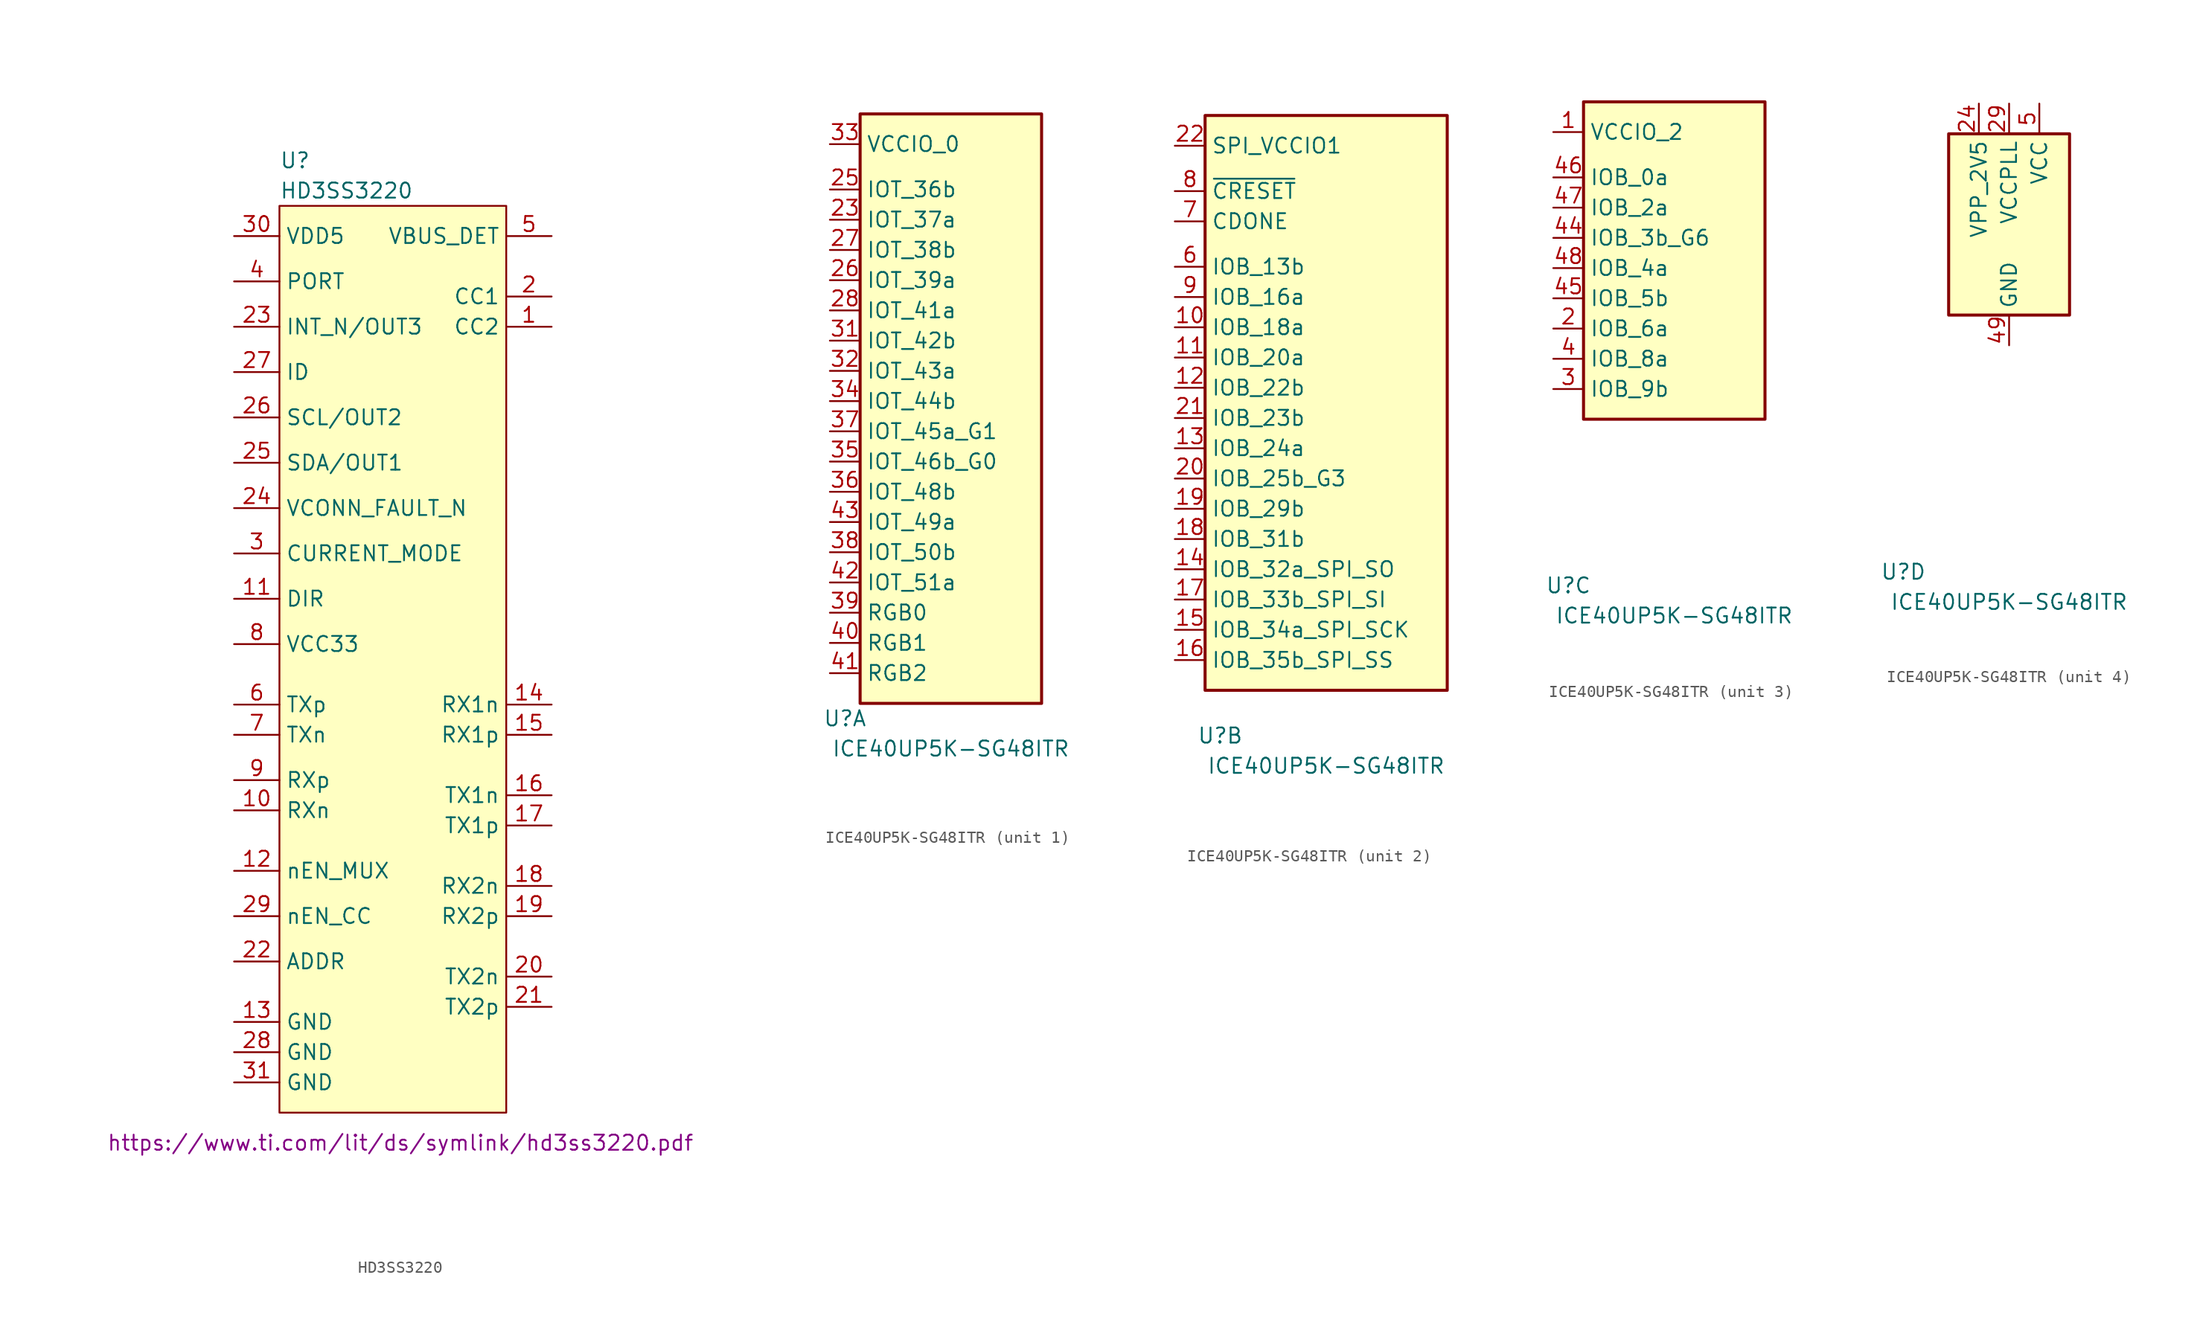
<source format=kicad_sym>
(kicad_symbol_lib
  (version 20231120)
  (generator "kicad_symbol_editor")
  (generator_version "8.0")
  (symbol "HD3SS3220"
    (property "Reference" "U"
      (at -10.16 45.72 0)
      (effects (font (size 1.27 1.27)) (justify left)))
    (property "Value" "HD3SS3220"
      (at -10.16 43.18 0)
      (effects (font (size 1.27 1.27)) (justify left)))
    (property "Datasheet" "https://www.ti.com/lit/ds/symlink/hd3ss3220.pdf"
      (at 0 -36.83 0)
      (effects (font (size 1.27 1.27))))
    (symbol "HD3SS3220_0_0"
      (pin bidirectional line (at 12.7 -7.62 180) (length 3.81) (name "TX1n" (effects (font (size 1.27 1.27)))) (number "16" (effects (font (size 1.27 1.27)))))
      (pin bidirectional line (at 12.7 -10.16 180) (length 3.81) (name "TX1p" (effects (font (size 1.27 1.27)))) (number "17" (effects (font (size 1.27 1.27)))))
      (pin bidirectional line (at 12.7 -15.24 180) (length 3.81) (name "RX2n" (effects (font (size 1.27 1.27)))) (number "18" (effects (font (size 1.27 1.27)))))
      (pin bidirectional line (at 12.7 -17.78 180) (length 3.81) (name "RX2p" (effects (font (size 1.27 1.27)))) (number "19" (effects (font (size 1.27 1.27)))))
      (pin bidirectional line (at 12.7 -22.86 180) (length 3.81) (name "TX2n" (effects (font (size 1.27 1.27)))) (number "20" (effects (font (size 1.27 1.27)))))
      (pin bidirectional line (at 12.7 -25.4 180) (length 3.81) (name "TX2p" (effects (font (size 1.27 1.27)))) (number "21" (effects (font (size 1.27 1.27)))))
      (pin bidirectional line (at -13.97 -21.59 0) (length 3.81) (name "ADDR" (effects (font (size 1.27 1.27)))) (number "22" (effects (font (size 1.27 1.27)))))
      (pin bidirectional line (at -13.97 31.75 0) (length 3.81) (name "INT_N/OUT3" (effects (font (size 1.27 1.27)))) (number "23" (effects (font (size 1.27 1.27)))))
      (pin bidirectional line (at -13.97 16.51 0) (length 3.81) (name "VCONN_FAULT_N" (effects (font (size 1.27 1.27)))) (number "24" (effects (font (size 1.27 1.27)))))
      (pin bidirectional line (at -13.97 20.32 0) (length 3.81) (name "SDA/OUT1" (effects (font (size 1.27 1.27)))) (number "25" (effects (font (size 1.27 1.27)))))
      (pin bidirectional line (at -13.97 24.13 0) (length 3.81) (name "SCL/OUT2" (effects (font (size 1.27 1.27)))) (number "26" (effects (font (size 1.27 1.27)))))
      (pin bidirectional line (at -13.97 27.94 0) (length 3.81) (name "ID" (effects (font (size 1.27 1.27)))) (number "27" (effects (font (size 1.27 1.27)))))
      (pin bidirectional line (at -13.97 -17.78 0) (length 3.81) (name "nEN_CC" (effects (font (size 1.27 1.27)))) (number "29" (effects (font (size 1.27 1.27)))))
      (pin input line (at -13.97 39.37 0) (length 3.81) (name "VDD5" (effects (font (size 1.27 1.27)))) (number "30" (effects (font (size 1.27 1.27)))))
      (pin power_in line (at -13.97 -31.75 0) (length 3.81) (name "GND" (effects (font (size 1.27 1.27)))) (number "31" (effects (font (size 1.27 1.27))))))
    (symbol "HD3SS3220_0_1"
      (rectangle (start 8.89 41.91) (end -10.16 -34.29) (stroke (width 0) (type default)) (fill (type background))))
    (symbol "HD3SS3220_1_1"
      (pin bidirectional line (at 12.7 31.75 180) (length 3.81) (name "CC2" (effects (font (size 1.27 1.27)))) (number "1" (effects (font (size 1.27 1.27)))))
      (pin bidirectional line (at -13.97 -8.89 0) (length 3.81) (name "RXn" (effects (font (size 1.27 1.27)))) (number "10" (effects (font (size 1.27 1.27)))))
      (pin bidirectional line (at -13.97 8.89 0) (length 3.81) (name "DIR" (effects (font (size 1.27 1.27)))) (number "11" (effects (font (size 1.27 1.27)))))
      (pin bidirectional line (at -13.97 -13.97 0) (length 3.81) (name "nEN_MUX" (effects (font (size 1.27 1.27)))) (number "12" (effects (font (size 1.27 1.27)))))
      (pin power_in line (at -13.97 -26.67 0) (length 3.81) (name "GND" (effects (font (size 1.27 1.27)))) (number "13" (effects (font (size 1.27 1.27)))))
      (pin bidirectional line (at 12.7 0 180) (length 3.81) (name "RX1n" (effects (font (size 1.27 1.27)))) (number "14" (effects (font (size 1.27 1.27)))))
      (pin bidirectional line (at 12.7 -2.54 180) (length 3.81) (name "RX1p" (effects (font (size 1.27 1.27)))) (number "15" (effects (font (size 1.27 1.27)))))
      (pin bidirectional line (at 12.7 34.29 180) (length 3.81) (name "CC1" (effects (font (size 1.27 1.27)))) (number "2" (effects (font (size 1.27 1.27)))))
      (pin power_in line (at -13.97 -29.21 0) (length 3.81) (name "GND" (effects (font (size 1.27 1.27)))) (number "28" (effects (font (size 1.27 1.27)))))
      (pin bidirectional line (at -13.97 12.7 0) (length 3.81) (name "CURRENT_MODE" (effects (font (size 1.27 1.27)))) (number "3" (effects (font (size 1.27 1.27)))))
      (pin bidirectional line (at -13.97 35.56 0) (length 3.81) (name "PORT" (effects (font (size 1.27 1.27)))) (number "4" (effects (font (size 1.27 1.27)))))
      (pin bidirectional line (at 12.7 39.37 180) (length 3.81) (name "VBUS_DET" (effects (font (size 1.27 1.27)))) (number "5" (effects (font (size 1.27 1.27)))))
      (pin bidirectional line (at -13.97 0 0) (length 3.81) (name "TXp" (effects (font (size 1.27 1.27)))) (number "6" (effects (font (size 1.27 1.27)))))
      (pin bidirectional line (at -13.97 -2.54 0) (length 3.81) (name "TXn" (effects (font (size 1.27 1.27)))) (number "7" (effects (font (size 1.27 1.27)))))
      (pin power_in line (at -13.97 5.08 0) (length 3.81) (name "VCC33" (effects (font (size 1.27 1.27)))) (number "8" (effects (font (size 1.27 1.27)))))
      (pin bidirectional line (at -13.97 -6.35 0) (length 3.81) (name "RXp" (effects (font (size 1.27 1.27)))) (number "9" (effects (font (size 1.27 1.27)))))))
  (symbol "ICE40UP5K-SG48ITR"
    (property "Reference" "U"
      (at -8.89 -29.21 0)
      (effects (font (size 1.27 1.27))))
    (property "Value" "ICE40UP5K-SG48ITR"
      (at 0 -31.75 0)
      (effects (font (size 1.27 1.27))))
    (property "ki_locked" ""
      (at 0 0 0)
      (effects (font (size 1.27 1.27))))
    (symbol "ICE40UP5K-SG48ITR_1_1"
      (rectangle (start -7.62 21.59) (end 7.62 -27.94) (stroke (width 0.254) (type default)) (fill (type background)))
      (pin bidirectional line (at -10.16 12.7 0) (length 2.54) (name "IOT_37a" (effects (font (size 1.27 1.27)))) (number "23" (effects (font (size 1.27 1.27)))))
      (pin bidirectional line (at -10.16 15.24 0) (length 2.54) (name "IOT_36b" (effects (font (size 1.27 1.27)))) (number "25" (effects (font (size 1.27 1.27)))))
      (pin bidirectional line (at -10.16 7.62 0) (length 2.54) (name "IOT_39a" (effects (font (size 1.27 1.27)))) (number "26" (effects (font (size 1.27 1.27)))))
      (pin bidirectional line (at -10.16 10.16 0) (length 2.54) (name "IOT_38b" (effects (font (size 1.27 1.27)))) (number "27" (effects (font (size 1.27 1.27)))))
      (pin bidirectional line (at -10.16 5.08 0) (length 2.54) (name "IOT_41a" (effects (font (size 1.27 1.27)))) (number "28" (effects (font (size 1.27 1.27)))))
      (pin bidirectional line (at -10.16 2.54 0) (length 2.54) (name "IOT_42b" (effects (font (size 1.27 1.27)))) (number "31" (effects (font (size 1.27 1.27)))))
      (pin bidirectional line (at -10.16 0 0) (length 2.54) (name "IOT_43a" (effects (font (size 1.27 1.27)))) (number "32" (effects (font (size 1.27 1.27)))))
      (pin power_in line (at -10.16 19.05 0) (length 2.54) (name "VCCIO_0" (effects (font (size 1.27 1.27)))) (number "33" (effects (font (size 1.27 1.27)))))
      (pin bidirectional line (at -10.16 -2.54 0) (length 2.54) (name "IOT_44b" (effects (font (size 1.27 1.27)))) (number "34" (effects (font (size 1.27 1.27)))))
      (pin bidirectional line (at -10.16 -7.62 0) (length 2.54) (name "IOT_46b_G0" (effects (font (size 1.27 1.27)))) (number "35" (effects (font (size 1.27 1.27)))))
      (pin bidirectional line (at -10.16 -10.16 0) (length 2.54) (name "IOT_48b" (effects (font (size 1.27 1.27)))) (number "36" (effects (font (size 1.27 1.27)))))
      (pin bidirectional line (at -10.16 -5.08 0) (length 2.54) (name "IOT_45a_G1" (effects (font (size 1.27 1.27)))) (number "37" (effects (font (size 1.27 1.27)))))
      (pin bidirectional line (at -10.16 -15.24 0) (length 2.54) (name "IOT_50b" (effects (font (size 1.27 1.27)))) (number "38" (effects (font (size 1.27 1.27)))))
      (pin open_collector line (at -10.16 -20.32 0) (length 2.54) (name "RGB0" (effects (font (size 1.27 1.27)))) (number "39" (effects (font (size 1.27 1.27)))))
      (pin open_collector line (at -10.16 -22.86 0) (length 2.54) (name "RGB1" (effects (font (size 1.27 1.27)))) (number "40" (effects (font (size 1.27 1.27)))))
      (pin open_collector line (at -10.16 -25.4 0) (length 2.54) (name "RGB2" (effects (font (size 1.27 1.27)))) (number "41" (effects (font (size 1.27 1.27)))))
      (pin bidirectional line (at -10.16 -17.78 0) (length 2.54) (name "IOT_51a" (effects (font (size 1.27 1.27)))) (number "42" (effects (font (size 1.27 1.27)))))
      (pin bidirectional line (at -10.16 -12.7 0) (length 2.54) (name "IOT_49a" (effects (font (size 1.27 1.27)))) (number "43" (effects (font (size 1.27 1.27))))))
    (symbol "ICE40UP5K-SG48ITR_2_1"
      (rectangle (start -10.16 22.86) (end 10.16 -25.4) (stroke (width 0.254) (type default)) (fill (type background)))
      (pin bidirectional line (at -12.7 5.08 0) (length 2.54) (name "IOB_18a" (effects (font (size 1.27 1.27)))) (number "10" (effects (font (size 1.27 1.27)))))
      (pin bidirectional line (at -12.7 2.54 0) (length 2.54) (name "IOB_20a" (effects (font (size 1.27 1.27)))) (number "11" (effects (font (size 1.27 1.27)))))
      (pin bidirectional line (at -12.7 0 0) (length 2.54) (name "IOB_22b" (effects (font (size 1.27 1.27)))) (number "12" (effects (font (size 1.27 1.27)))))
      (pin bidirectional line (at -12.7 -5.08 0) (length 2.54) (name "IOB_24a" (effects (font (size 1.27 1.27)))) (number "13" (effects (font (size 1.27 1.27)))))
      (pin bidirectional line (at -12.7 -15.24 0) (length 2.54) (name "IOB_32a_SPI_SO" (effects (font (size 1.27 1.27)))) (number "14" (effects (font (size 1.27 1.27)))))
      (pin bidirectional line (at -12.7 -20.32 0) (length 2.54) (name "IOB_34a_SPI_SCK" (effects (font (size 1.27 1.27)))) (number "15" (effects (font (size 1.27 1.27)))))
      (pin bidirectional line (at -12.7 -22.86 0) (length 2.54) (name "IOB_35b_SPI_SS" (effects (font (size 1.27 1.27)))) (number "16" (effects (font (size 1.27 1.27)))))
      (pin bidirectional line (at -12.7 -17.78 0) (length 2.54) (name "IOB_33b_SPI_SI" (effects (font (size 1.27 1.27)))) (number "17" (effects (font (size 1.27 1.27)))))
      (pin bidirectional line (at -12.7 -12.7 0) (length 2.54) (name "IOB_31b" (effects (font (size 1.27 1.27)))) (number "18" (effects (font (size 1.27 1.27)))))
      (pin bidirectional line (at -12.7 -10.16 0) (length 2.54) (name "IOB_29b" (effects (font (size 1.27 1.27)))) (number "19" (effects (font (size 1.27 1.27)))))
      (pin bidirectional line (at -12.7 -7.62 0) (length 2.54) (name "IOB_25b_G3" (effects (font (size 1.27 1.27)))) (number "20" (effects (font (size 1.27 1.27)))))
      (pin bidirectional line (at -12.7 -2.54 0) (length 2.54) (name "IOB_23b" (effects (font (size 1.27 1.27)))) (number "21" (effects (font (size 1.27 1.27)))))
      (pin power_in line (at -12.7 20.32 0) (length 2.54) (name "SPI_VCCIO1" (effects (font (size 1.27 1.27)))) (number "22" (effects (font (size 1.27 1.27)))))
      (pin bidirectional line (at -12.7 10.16 0) (length 2.54) (name "IOB_13b" (effects (font (size 1.27 1.27)))) (number "6" (effects (font (size 1.27 1.27)))))
      (pin open_collector line (at -12.7 13.97 0) (length 2.54) (name "CDONE" (effects (font (size 1.27 1.27)))) (number "7" (effects (font (size 1.27 1.27)))))
      (pin input line (at -12.7 16.51 0) (length 2.54) (name "~{CRESET}" (effects (font (size 1.27 1.27)))) (number "8" (effects (font (size 1.27 1.27)))))
      (pin bidirectional line (at -12.7 7.62 0) (length 2.54) (name "IOB_16a" (effects (font (size 1.27 1.27)))) (number "9" (effects (font (size 1.27 1.27))))))
    (symbol "ICE40UP5K-SG48ITR_3_1"
      (rectangle (start -7.62 11.43) (end 7.62 -15.24) (stroke (width 0.254) (type default)) (fill (type background)))
      (pin power_in line (at -10.16 8.89 0) (length 2.54) (name "VCCIO_2" (effects (font (size 1.27 1.27)))) (number "1" (effects (font (size 1.27 1.27)))))
      (pin bidirectional line (at -10.16 -7.62 0) (length 2.54) (name "IOB_6a" (effects (font (size 1.27 1.27)))) (number "2" (effects (font (size 1.27 1.27)))))
      (pin bidirectional line (at -10.16 -12.7 0) (length 2.54) (name "IOB_9b" (effects (font (size 1.27 1.27)))) (number "3" (effects (font (size 1.27 1.27)))))
      (pin bidirectional line (at -10.16 -10.16 0) (length 2.54) (name "IOB_8a" (effects (font (size 1.27 1.27)))) (number "4" (effects (font (size 1.27 1.27)))))
      (pin bidirectional line (at -10.16 0 0) (length 2.54) (name "IOB_3b_G6" (effects (font (size 1.27 1.27)))) (number "44" (effects (font (size 1.27 1.27)))))
      (pin bidirectional line (at -10.16 -5.08 0) (length 2.54) (name "IOB_5b" (effects (font (size 1.27 1.27)))) (number "45" (effects (font (size 1.27 1.27)))))
      (pin bidirectional line (at -10.16 5.08 0) (length 2.54) (name "IOB_0a" (effects (font (size 1.27 1.27)))) (number "46" (effects (font (size 1.27 1.27)))))
      (pin bidirectional line (at -10.16 2.54 0) (length 2.54) (name "IOB_2a" (effects (font (size 1.27 1.27)))) (number "47" (effects (font (size 1.27 1.27)))))
      (pin bidirectional line (at -10.16 -2.54 0) (length 2.54) (name "IOB_4a" (effects (font (size 1.27 1.27)))) (number "48" (effects (font (size 1.27 1.27))))))
    (symbol "ICE40UP5K-SG48ITR_4_1"
      (rectangle (start -5.08 7.62) (end 5.08 -7.62) (stroke (width 0.254) (type default)) (fill (type background)))
      (pin power_in line (at -2.54 10.16 270) (length 2.54) (name "VPP_2V5" (effects (font (size 1.27 1.27)))) (number "24" (effects (font (size 1.27 1.27)))))
      (pin power_out line (at 0 10.16 270) (length 2.54) (name "VCCPLL" (effects (font (size 1.27 1.27)))) (number "29" (effects (font (size 1.27 1.27)))))
      (pin passive line (at 2.54 10.16 270) (length 2.54) hide (name "VCC" (effects (font (size 1.27 1.27)))) (number "30" (effects (font (size 1.27 1.27)))))
      (pin power_in line (at 0 -10.16 90) (length 2.54) (name "GND" (effects (font (size 1.27 1.27)))) (number "49" (effects (font (size 1.27 1.27)))))
      (pin power_in line (at 2.54 10.16 270) (length 2.54) (name "VCC" (effects (font (size 1.27 1.27)))) (number "5" (effects (font (size 1.27 1.27))))))))
</source>
